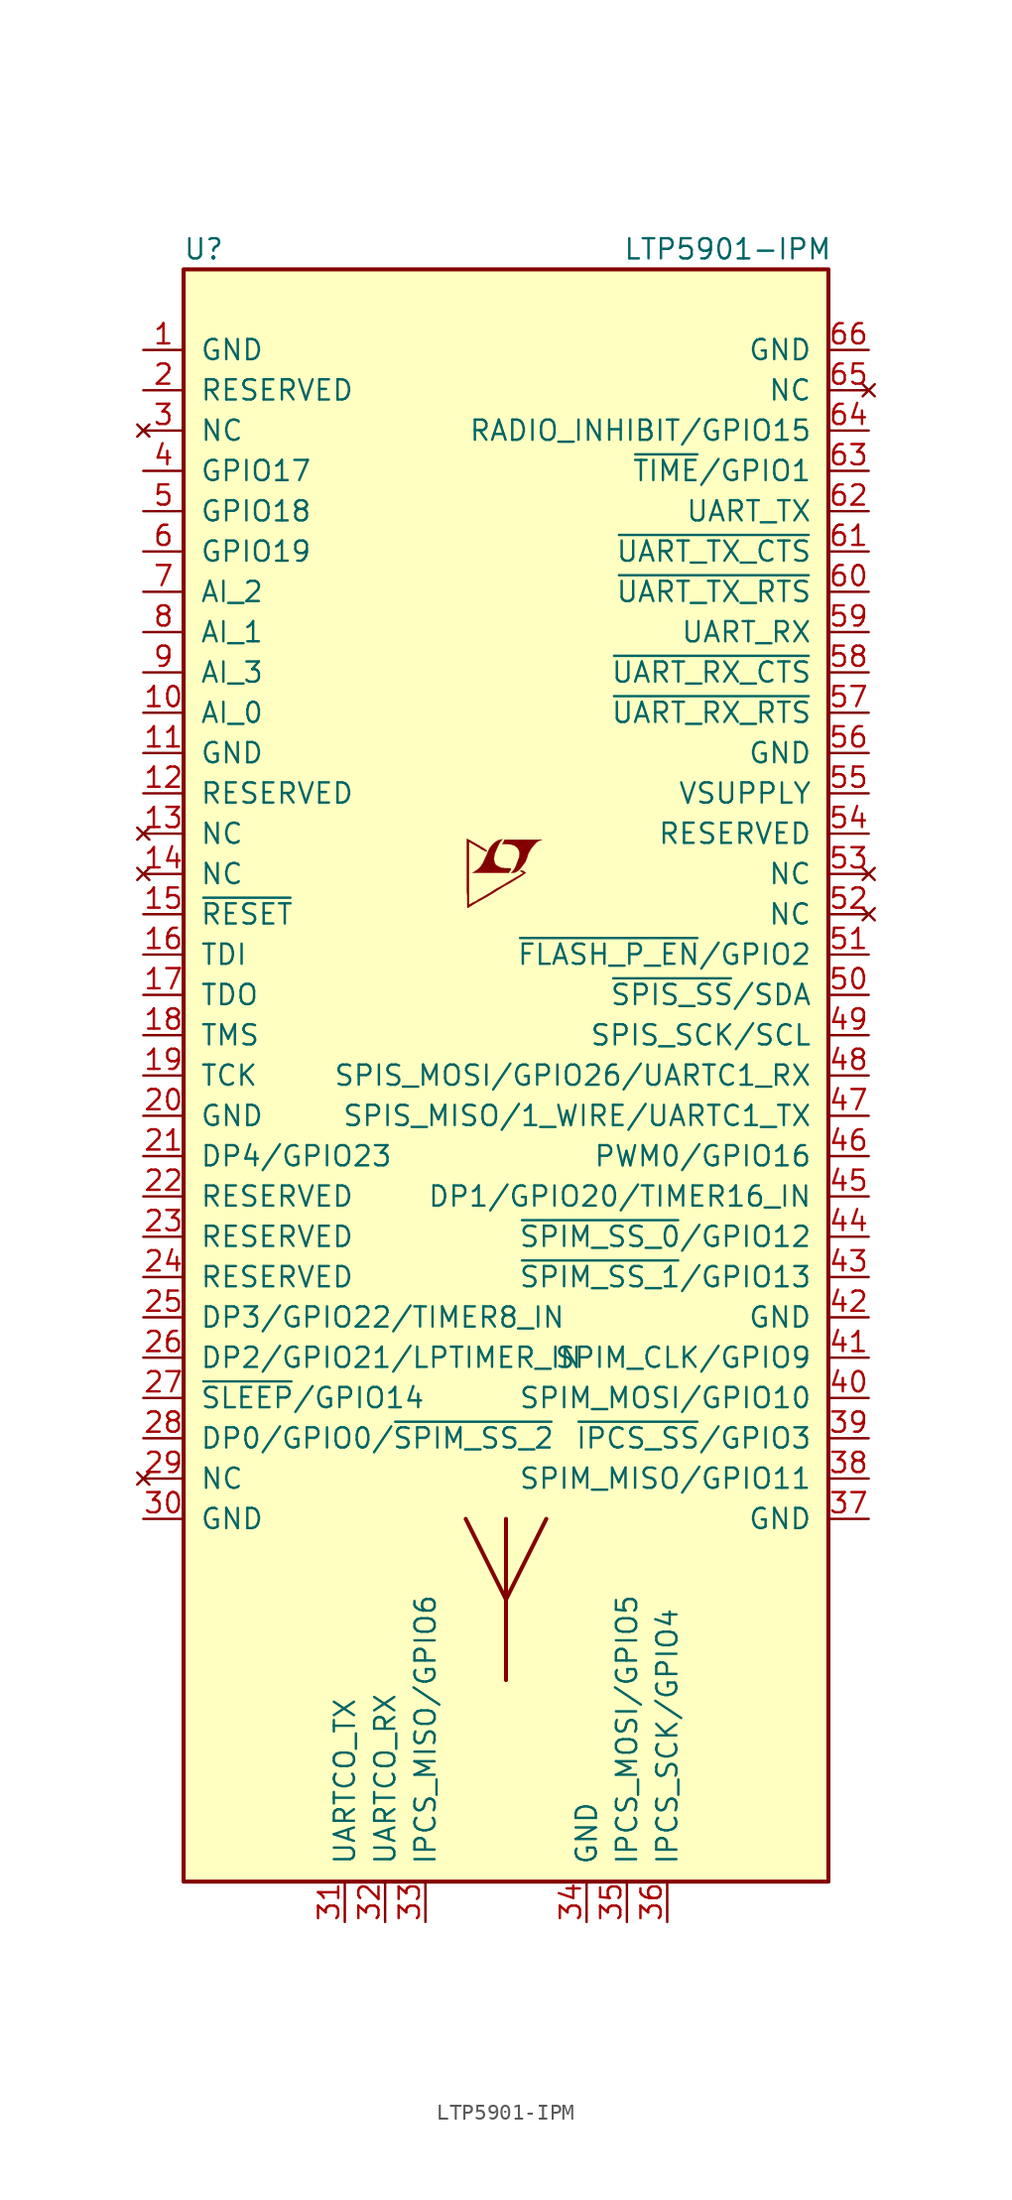
<source format=kicad_sym>
(kicad_symbol_lib
  (version 20201005)
  (generator kicad_symbol_editor)
  (symbol "LTP5901-IPM"
    (pin_names
      (offset 1.016))
    (property "Reference" "U"
      (at -19.05 52.07 0)
      (effects (font (size 1.27 1.27))))
    (property "Value" "LTP5901-IPM"
      (at 13.97 52.07 0)
      (effects (font (size 1.27 1.27))))
    (symbol "LTP5901-IPM_0_0"
      (polyline (pts (xy 0.584 12.802) (xy 0.762 12.903) (xy 0.914 13.056) (xy 1.219 13.462) (xy 1.321 13.716) (xy 1.397 13.97) (xy 1.549 14.249) (xy 1.727 14.478) (xy 1.905 14.681) (xy 2.108 14.808) (xy 2.261 14.859) (xy -0.076 14.859) (xy -0.152 14.732) (xy -0.152 14.707) (xy -0.203 14.63) (xy -0.229 14.605) (xy -0.178 14.58) (xy 0.102 14.58) (xy 0.356 14.554) (xy 0.559 14.478) (xy 0.711 14.351) (xy 0.813 14.199) (xy 0.864 14.021) (xy 0.838 13.792) (xy 0.838 13.767) (xy 0.61 13.157) (xy 0.508 12.979) (xy 0.406 12.852) (xy 0.33 12.776) (xy 0.432 12.776) (xy 0.584 12.802)) (stroke (width 0.025)) (fill (type outline)))
      (polyline (pts (xy 0.229 12.878) (xy 0.254 12.903) (xy 0.305 12.979) (xy 0.305 13.03) (xy 0.254 13.056) (xy -0.051 13.056) (xy -0.305 13.081) (xy -0.508 13.183) (xy -0.66 13.284) (xy -0.737 13.462) (xy -0.762 13.64) (xy -0.737 13.868) (xy -0.737 13.894) (xy -0.686 14.046) (xy -0.533 14.402) (xy -0.381 14.707) (xy -0.305 14.783) (xy -0.229 14.884) (xy -0.356 14.859) (xy -0.508 14.808) (xy -0.711 14.681) (xy -0.889 14.503) (xy -1.041 14.3) (xy -1.168 14.021) (xy -1.168 13.995) (xy -1.321 13.665) (xy -1.448 13.386) (xy -1.6 13.157) (xy -1.753 13.005) (xy -1.93 12.878) (xy -2.108 12.776) (xy 0.178 12.776) (xy 0.229 12.878)) (stroke (width 0.025)) (fill (type outline)))
      (polyline (pts (xy -2.362 10.592) (xy -2.286 10.643) (xy -2.159 10.719) (xy -2.083 10.77) (xy -1.829 10.922) (xy -1.27 11.227) (xy -0.762 11.532) (xy -0.533 11.684) (xy -0.356 11.786) (xy -0.203 11.887) (xy -0.102 11.938) (xy -0.025 11.989) (xy 0.127 12.065) (xy 0.305 12.167) (xy 0.711 12.421) (xy 0.889 12.522) (xy 1.041 12.624) (xy 1.143 12.7) (xy 1.219 12.751) (xy 1.245 12.776) (xy 1.092 12.878) (xy 0.94 12.929) (xy 0.914 12.903) (xy 0.914 12.878) (xy 0.991 12.827) (xy 1.092 12.751) (xy 0.178 12.217) (xy -0.025 12.09) (xy -0.33 11.913) (xy -0.66 11.735) (xy -0.965 11.532) (xy -1.27 11.354) (xy -1.524 11.201) (xy -1.727 11.1) (xy -1.905 10.973) (xy -2.083 10.897) (xy -2.21 10.82) (xy -2.311 10.77) (xy -2.337 10.744) (xy -2.337 14.732) (xy -1.803 14.427) (xy -1.676 14.351) (xy -1.524 14.249) (xy -1.372 14.173) (xy -1.295 14.148) (xy -1.245 14.122) (xy -1.219 14.122) (xy -1.219 14.173) (xy -1.295 14.224) (xy -1.422 14.326) (xy -1.6 14.427) (xy -1.727 14.503) (xy -2.083 14.707) (xy -2.21 14.783) (xy -2.464 14.91) (xy -2.464 11.633) (xy -2.438 11.328) (xy -2.438 10.566) (xy -2.413 10.566) (xy -2.362 10.592)) (stroke (width 0.025)) (fill (type outline))))
    (symbol "LTP5901-IPM_0_1"
      (rectangle (start -20.32 -50.8) (end 20.32 50.8) (stroke (width 0.254)) (fill (type background)))
      (polyline (pts (xy 0 -38.1) (xy 0 -27.94)) (stroke (width 0.254)) (fill (type none)))
      (polyline (pts (xy 0 -33.02) (xy -2.54 -27.94)) (stroke (width 0.254)) (fill (type none)))
      (polyline (pts (xy 0 -33.02) (xy 2.54 -27.94)) (stroke (width 0.254)) (fill (type none))))
    (symbol "LTP5901-IPM_1_1"
      (pin power_in line (at -22.86 45.72 0) (length 2.54) (name "GND" (effects (font (size 1.27 1.27)))) (number "1" (effects (font (size 1.27 1.27)))))
      (pin passive line (at -22.86 22.86 0) (length 2.54) (name "AI_0" (effects (font (size 1.27 1.27)))) (number "10" (effects (font (size 1.27 1.27)))))
      (pin power_in line (at -22.86 20.32 0) (length 2.54) (name "GND" (effects (font (size 1.27 1.27)))) (number "11" (effects (font (size 1.27 1.27)))))
      (pin passive line (at -22.86 17.78 0) (length 2.54) (name "RESERVED" (effects (font (size 1.27 1.27)))) (number "12" (effects (font (size 1.27 1.27)))))
      (pin unconnected line (at -22.86 15.24 0) (length 2.54) (name "NC" (effects (font (size 1.27 1.27)))) (number "13" (effects (font (size 1.27 1.27)))))
      (pin unconnected line (at -22.86 12.7 0) (length 2.54) (name "NC" (effects (font (size 1.27 1.27)))) (number "14" (effects (font (size 1.27 1.27)))))
      (pin input line (at -22.86 10.16 0) (length 2.54) (name "~RESET~" (effects (font (size 1.27 1.27)))) (number "15" (effects (font (size 1.27 1.27)))))
      (pin input line (at -22.86 7.62 0) (length 2.54) (name "TDI" (effects (font (size 1.27 1.27)))) (number "16" (effects (font (size 1.27 1.27)))))
      (pin output line (at -22.86 5.08 0) (length 2.54) (name "TDO" (effects (font (size 1.27 1.27)))) (number "17" (effects (font (size 1.27 1.27)))))
      (pin input line (at -22.86 2.54 0) (length 2.54) (name "TMS" (effects (font (size 1.27 1.27)))) (number "18" (effects (font (size 1.27 1.27)))))
      (pin input line (at -22.86 0 0) (length 2.54) (name "TCK" (effects (font (size 1.27 1.27)))) (number "19" (effects (font (size 1.27 1.27)))))
      (pin passive line (at -22.86 43.18 0) (length 2.54) (name "RESERVED" (effects (font (size 1.27 1.27)))) (number "2" (effects (font (size 1.27 1.27)))))
      (pin power_in line (at -22.86 -2.54 0) (length 2.54) (name "GND" (effects (font (size 1.27 1.27)))) (number "20" (effects (font (size 1.27 1.27)))))
      (pin passive line (at -22.86 -5.08 0) (length 2.54) (name "DP4/GPIO23" (effects (font (size 1.27 1.27)))) (number "21" (effects (font (size 1.27 1.27)))))
      (pin passive line (at -22.86 -7.62 0) (length 2.54) (name "RESERVED" (effects (font (size 1.27 1.27)))) (number "22" (effects (font (size 1.27 1.27)))))
      (pin passive line (at -22.86 -10.16 0) (length 2.54) (name "RESERVED" (effects (font (size 1.27 1.27)))) (number "23" (effects (font (size 1.27 1.27)))))
      (pin passive line (at -22.86 -12.7 0) (length 2.54) (name "RESERVED" (effects (font (size 1.27 1.27)))) (number "24" (effects (font (size 1.27 1.27)))))
      (pin passive line (at -22.86 -15.24 0) (length 2.54) (name "DP3/GPIO22/TIMER8_IN" (effects (font (size 1.27 1.27)))) (number "25" (effects (font (size 1.27 1.27)))))
      (pin passive line (at -22.86 -17.78 0) (length 2.54) (name "DP2/GPIO21/LPTIMER_IN" (effects (font (size 1.27 1.27)))) (number "26" (effects (font (size 1.27 1.27)))))
      (pin passive line (at -22.86 -20.32 0) (length 2.54) (name "~SLEEP~/GPIO14" (effects (font (size 1.27 1.27)))) (number "27" (effects (font (size 1.27 1.27)))))
      (pin passive line (at -22.86 -22.86 0) (length 2.54) (name "DP0/GPIO0/~SPIM_SS_2~" (effects (font (size 1.27 1.27)))) (number "28" (effects (font (size 1.27 1.27)))))
      (pin unconnected line (at -22.86 -25.4 0) (length 2.54) (name "NC" (effects (font (size 1.27 1.27)))) (number "29" (effects (font (size 1.27 1.27)))))
      (pin unconnected line (at -22.86 40.64 0) (length 2.54) (name "NC" (effects (font (size 1.27 1.27)))) (number "3" (effects (font (size 1.27 1.27)))))
      (pin power_in line (at -22.86 -27.94 0) (length 2.54) (name "GND" (effects (font (size 1.27 1.27)))) (number "30" (effects (font (size 1.27 1.27)))))
      (pin output line (at -10.16 -53.34 90) (length 2.54) (name "UARTCO_TX" (effects (font (size 1.27 1.27)))) (number "31" (effects (font (size 1.27 1.27)))))
      (pin input line (at -7.62 -53.34 90) (length 2.54) (name "UARTCO_RX" (effects (font (size 1.27 1.27)))) (number "32" (effects (font (size 1.27 1.27)))))
      (pin passive line (at -5.08 -53.34 90) (length 2.54) (name "IPCS_MISO/GPIO6" (effects (font (size 1.27 1.27)))) (number "33" (effects (font (size 1.27 1.27)))))
      (pin power_in line (at 5.08 -53.34 90) (length 2.54) (name "GND" (effects (font (size 1.27 1.27)))) (number "34" (effects (font (size 1.27 1.27)))))
      (pin passive line (at 7.62 -53.34 90) (length 2.54) (name "IPCS_MOSI/GPIO5" (effects (font (size 1.27 1.27)))) (number "35" (effects (font (size 1.27 1.27)))))
      (pin passive line (at 10.16 -53.34 90) (length 2.54) (name "IPCS_SCK/GPIO4" (effects (font (size 1.27 1.27)))) (number "36" (effects (font (size 1.27 1.27)))))
      (pin power_in line (at 22.86 -27.94 180) (length 2.54) (name "GND" (effects (font (size 1.27 1.27)))) (number "37" (effects (font (size 1.27 1.27)))))
      (pin passive line (at 22.86 -25.4 180) (length 2.54) (name "SPIM_MISO/GPIO11" (effects (font (size 1.27 1.27)))) (number "38" (effects (font (size 1.27 1.27)))))
      (pin passive line (at 22.86 -22.86 180) (length 2.54) (name "~IPCS_SS~/GPIO3" (effects (font (size 1.27 1.27)))) (number "39" (effects (font (size 1.27 1.27)))))
      (pin passive line (at -22.86 38.1 0) (length 2.54) (name "GPIO17" (effects (font (size 1.27 1.27)))) (number "4" (effects (font (size 1.27 1.27)))))
      (pin passive line (at 22.86 -20.32 180) (length 2.54) (name "SPIM_MOSI/GPIO10" (effects (font (size 1.27 1.27)))) (number "40" (effects (font (size 1.27 1.27)))))
      (pin passive line (at 22.86 -17.78 180) (length 2.54) (name "SPIM_CLK/GPIO9" (effects (font (size 1.27 1.27)))) (number "41" (effects (font (size 1.27 1.27)))))
      (pin power_in line (at 22.86 -15.24 180) (length 2.54) (name "GND" (effects (font (size 1.27 1.27)))) (number "42" (effects (font (size 1.27 1.27)))))
      (pin passive line (at 22.86 -12.7 180) (length 2.54) (name "~SPIM_SS_1~/GPIO13" (effects (font (size 1.27 1.27)))) (number "43" (effects (font (size 1.27 1.27)))))
      (pin passive line (at 22.86 -10.16 180) (length 2.54) (name "~SPIM_SS_0~/GPIO12" (effects (font (size 1.27 1.27)))) (number "44" (effects (font (size 1.27 1.27)))))
      (pin passive line (at 22.86 -7.62 180) (length 2.54) (name "DP1/GPIO20/TIMER16_IN" (effects (font (size 1.27 1.27)))) (number "45" (effects (font (size 1.27 1.27)))))
      (pin passive line (at 22.86 -5.08 180) (length 2.54) (name "PWM0/GPIO16" (effects (font (size 1.27 1.27)))) (number "46" (effects (font (size 1.27 1.27)))))
      (pin passive line (at 22.86 -2.54 180) (length 2.54) (name "SPIS_MISO/1_WIRE/UARTC1_TX" (effects (font (size 1.27 1.27)))) (number "47" (effects (font (size 1.27 1.27)))))
      (pin passive line (at 22.86 0 180) (length 2.54) (name "SPIS_MOSI/GPIO26/UARTC1_RX" (effects (font (size 1.27 1.27)))) (number "48" (effects (font (size 1.27 1.27)))))
      (pin passive line (at 22.86 2.54 180) (length 2.54) (name "SPIS_SCK/SCL" (effects (font (size 1.27 1.27)))) (number "49" (effects (font (size 1.27 1.27)))))
      (pin passive line (at -22.86 35.56 0) (length 2.54) (name "GPIO18" (effects (font (size 1.27 1.27)))) (number "5" (effects (font (size 1.27 1.27)))))
      (pin passive line (at 22.86 5.08 180) (length 2.54) (name "~SPIS_SS~/SDA" (effects (font (size 1.27 1.27)))) (number "50" (effects (font (size 1.27 1.27)))))
      (pin passive line (at 22.86 7.62 180) (length 2.54) (name "~FLASH_P_EN~/GPIO2" (effects (font (size 1.27 1.27)))) (number "51" (effects (font (size 1.27 1.27)))))
      (pin unconnected line (at 22.86 10.16 180) (length 2.54) (name "NC" (effects (font (size 1.27 1.27)))) (number "52" (effects (font (size 1.27 1.27)))))
      (pin unconnected line (at 22.86 12.7 180) (length 2.54) (name "NC" (effects (font (size 1.27 1.27)))) (number "53" (effects (font (size 1.27 1.27)))))
      (pin passive line (at 22.86 15.24 180) (length 2.54) (name "RESERVED" (effects (font (size 1.27 1.27)))) (number "54" (effects (font (size 1.27 1.27)))))
      (pin power_in line (at 22.86 17.78 180) (length 2.54) (name "VSUPPLY" (effects (font (size 1.27 1.27)))) (number "55" (effects (font (size 1.27 1.27)))))
      (pin power_in line (at 22.86 20.32 180) (length 2.54) (name "GND" (effects (font (size 1.27 1.27)))) (number "56" (effects (font (size 1.27 1.27)))))
      (pin input line (at 22.86 22.86 180) (length 2.54) (name "~UART_RX_RTS~" (effects (font (size 1.27 1.27)))) (number "57" (effects (font (size 1.27 1.27)))))
      (pin output line (at 22.86 25.4 180) (length 2.54) (name "~UART_RX_CTS~" (effects (font (size 1.27 1.27)))) (number "58" (effects (font (size 1.27 1.27)))))
      (pin input line (at 22.86 27.94 180) (length 2.54) (name "UART_RX" (effects (font (size 1.27 1.27)))) (number "59" (effects (font (size 1.27 1.27)))))
      (pin passive line (at -22.86 33.02 0) (length 2.54) (name "GPIO19" (effects (font (size 1.27 1.27)))) (number "6" (effects (font (size 1.27 1.27)))))
      (pin output line (at 22.86 30.48 180) (length 2.54) (name "~UART_TX_RTS~" (effects (font (size 1.27 1.27)))) (number "60" (effects (font (size 1.27 1.27)))))
      (pin input line (at 22.86 33.02 180) (length 2.54) (name "~UART_TX_CTS~" (effects (font (size 1.27 1.27)))) (number "61" (effects (font (size 1.27 1.27)))))
      (pin output line (at 22.86 35.56 180) (length 2.54) (name "UART_TX" (effects (font (size 1.27 1.27)))) (number "62" (effects (font (size 1.27 1.27)))))
      (pin passive line (at 22.86 38.1 180) (length 2.54) (name "~TIME~/GPIO1" (effects (font (size 1.27 1.27)))) (number "63" (effects (font (size 1.27 1.27)))))
      (pin passive line (at 22.86 40.64 180) (length 2.54) (name "RADIO_INHIBIT/GPIO15" (effects (font (size 1.27 1.27)))) (number "64" (effects (font (size 1.27 1.27)))))
      (pin unconnected line (at 22.86 43.18 180) (length 2.54) (name "NC" (effects (font (size 1.27 1.27)))) (number "65" (effects (font (size 1.27 1.27)))))
      (pin power_in line (at 22.86 45.72 180) (length 2.54) (name "GND" (effects (font (size 1.27 1.27)))) (number "66" (effects (font (size 1.27 1.27)))))
      (pin passive line (at -22.86 30.48 0) (length 2.54) (name "AI_2" (effects (font (size 1.27 1.27)))) (number "7" (effects (font (size 1.27 1.27)))))
      (pin passive line (at -22.86 27.94 0) (length 2.54) (name "AI_1" (effects (font (size 1.27 1.27)))) (number "8" (effects (font (size 1.27 1.27)))))
      (pin passive line (at -22.86 25.4 0) (length 2.54) (name "AI_3" (effects (font (size 1.27 1.27)))) (number "9" (effects (font (size 1.27 1.27))))))))
</source>
